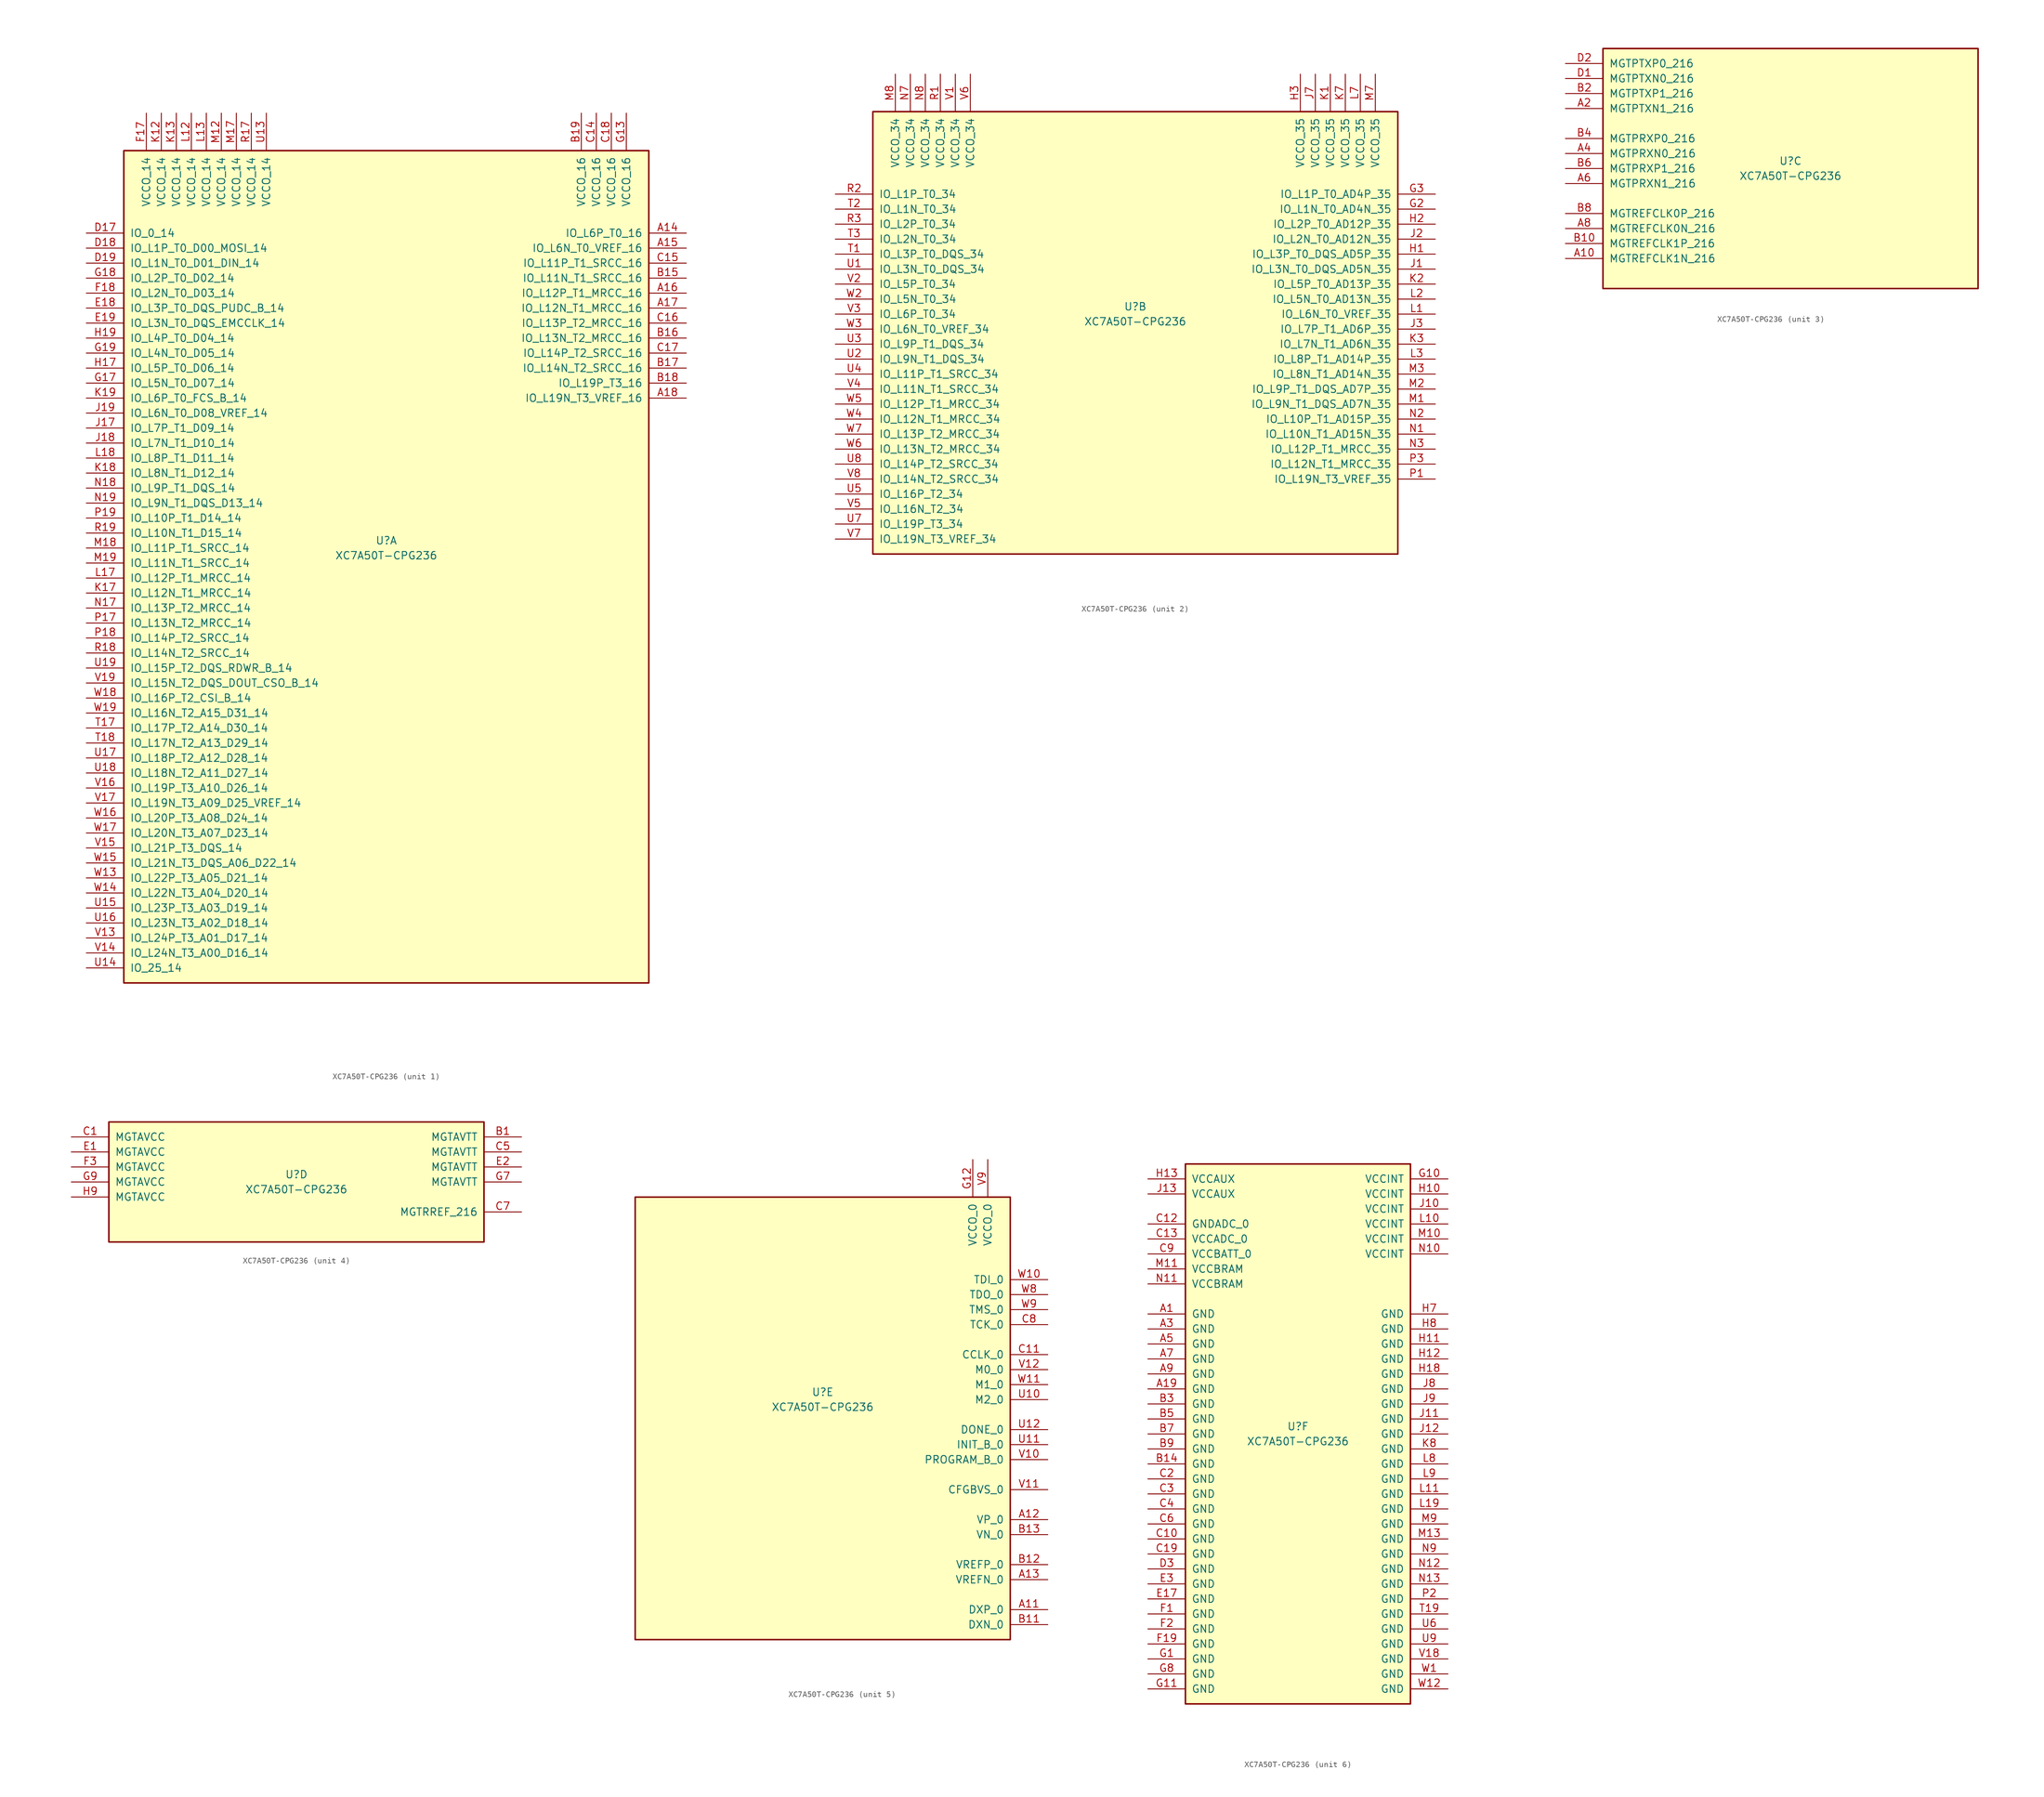
<source format=kicad_sym>
(kicad_symbol_lib
  (version 20231120)
  (generator "kicad_symbol_editor")
  (generator_version "8.0")
  (symbol "XC7A50T-CPG236"
    (pin_names
      (offset 1.016))
    (property "Reference" "U"
      (at 0 1.27 0)
      (effects (font (size 1.27 1.27))))
    (property "Value" "XC7A50T-CPG236"
      (at 0 -1.27 0)
      (effects (font (size 1.27 1.27))))
    (property "Datasheet" ""
      (at 0 0 0)
      (effects (font (size 1.27 1.27))))
    (property "ki_locked" ""
      (at 0 0 0)
      (effects (font (size 1.27 1.27))))
    (symbol "XC7A50T-CPG236_1_1"
      (rectangle (start -44.45 67.31) (end 44.45 -73.66) (stroke (width 0.254) (type default)) (fill (type background)))
      (pin bidirectional line (at 50.8 53.34 180) (length 6.35) (name "IO_L6P_T0_16" (effects (font (size 1.27 1.27)))) (number "A14" (effects (font (size 1.27 1.27)))))
      (pin bidirectional line (at 50.8 50.8 180) (length 6.35) (name "IO_L6N_T0_VREF_16" (effects (font (size 1.27 1.27)))) (number "A15" (effects (font (size 1.27 1.27)))))
      (pin bidirectional line (at 50.8 43.18 180) (length 6.35) (name "IO_L12P_T1_MRCC_16" (effects (font (size 1.27 1.27)))) (number "A16" (effects (font (size 1.27 1.27)))))
      (pin bidirectional line (at 50.8 40.64 180) (length 6.35) (name "IO_L12N_T1_MRCC_16" (effects (font (size 1.27 1.27)))) (number "A17" (effects (font (size 1.27 1.27)))))
      (pin bidirectional line (at 50.8 25.4 180) (length 6.35) (name "IO_L19N_T3_VREF_16" (effects (font (size 1.27 1.27)))) (number "A18" (effects (font (size 1.27 1.27)))))
      (pin bidirectional line (at 50.8 45.72 180) (length 6.35) (name "IO_L11N_T1_SRCC_16" (effects (font (size 1.27 1.27)))) (number "B15" (effects (font (size 1.27 1.27)))))
      (pin bidirectional line (at 50.8 35.56 180) (length 6.35) (name "IO_L13N_T2_MRCC_16" (effects (font (size 1.27 1.27)))) (number "B16" (effects (font (size 1.27 1.27)))))
      (pin bidirectional line (at 50.8 30.48 180) (length 6.35) (name "IO_L14N_T2_SRCC_16" (effects (font (size 1.27 1.27)))) (number "B17" (effects (font (size 1.27 1.27)))))
      (pin bidirectional line (at 50.8 27.94 180) (length 6.35) (name "IO_L19P_T3_16" (effects (font (size 1.27 1.27)))) (number "B18" (effects (font (size 1.27 1.27)))))
      (pin power_in line (at 33.02 73.66 270) (length 6.35) (name "VCCO_16" (effects (font (size 1.27 1.27)))) (number "B19" (effects (font (size 1.27 1.27)))))
      (pin power_in line (at 35.56 73.66 270) (length 6.35) (name "VCCO_16" (effects (font (size 1.27 1.27)))) (number "C14" (effects (font (size 1.27 1.27)))))
      (pin bidirectional line (at 50.8 48.26 180) (length 6.35) (name "IO_L11P_T1_SRCC_16" (effects (font (size 1.27 1.27)))) (number "C15" (effects (font (size 1.27 1.27)))))
      (pin bidirectional line (at 50.8 38.1 180) (length 6.35) (name "IO_L13P_T2_MRCC_16" (effects (font (size 1.27 1.27)))) (number "C16" (effects (font (size 1.27 1.27)))))
      (pin bidirectional line (at 50.8 33.02 180) (length 6.35) (name "IO_L14P_T2_SRCC_16" (effects (font (size 1.27 1.27)))) (number "C17" (effects (font (size 1.27 1.27)))))
      (pin power_in line (at 38.1 73.66 270) (length 6.35) (name "VCCO_16" (effects (font (size 1.27 1.27)))) (number "C18" (effects (font (size 1.27 1.27)))))
      (pin bidirectional line (at -50.8 53.34 0) (length 6.35) (name "IO_0_14" (effects (font (size 1.27 1.27)))) (number "D17" (effects (font (size 1.27 1.27)))))
      (pin bidirectional line (at -50.8 50.8 0) (length 6.35) (name "IO_L1P_T0_D00_MOSI_14" (effects (font (size 1.27 1.27)))) (number "D18" (effects (font (size 1.27 1.27)))))
      (pin bidirectional line (at -50.8 48.26 0) (length 6.35) (name "IO_L1N_T0_D01_DIN_14" (effects (font (size 1.27 1.27)))) (number "D19" (effects (font (size 1.27 1.27)))))
      (pin bidirectional line (at -50.8 40.64 0) (length 6.35) (name "IO_L3P_T0_DQS_PUDC_B_14" (effects (font (size 1.27 1.27)))) (number "E18" (effects (font (size 1.27 1.27)))))
      (pin bidirectional line (at -50.8 38.1 0) (length 6.35) (name "IO_L3N_T0_DQS_EMCCLK_14" (effects (font (size 1.27 1.27)))) (number "E19" (effects (font (size 1.27 1.27)))))
      (pin power_in line (at -40.64 73.66 270) (length 6.35) (name "VCCO_14" (effects (font (size 1.27 1.27)))) (number "F17" (effects (font (size 1.27 1.27)))))
      (pin bidirectional line (at -50.8 43.18 0) (length 6.35) (name "IO_L2N_T0_D03_14" (effects (font (size 1.27 1.27)))) (number "F18" (effects (font (size 1.27 1.27)))))
      (pin power_in line (at 40.64 73.66 270) (length 6.35) (name "VCCO_16" (effects (font (size 1.27 1.27)))) (number "G13" (effects (font (size 1.27 1.27)))))
      (pin bidirectional line (at -50.8 27.94 0) (length 6.35) (name "IO_L5N_T0_D07_14" (effects (font (size 1.27 1.27)))) (number "G17" (effects (font (size 1.27 1.27)))))
      (pin bidirectional line (at -50.8 45.72 0) (length 6.35) (name "IO_L2P_T0_D02_14" (effects (font (size 1.27 1.27)))) (number "G18" (effects (font (size 1.27 1.27)))))
      (pin bidirectional line (at -50.8 33.02 0) (length 6.35) (name "IO_L4N_T0_D05_14" (effects (font (size 1.27 1.27)))) (number "G19" (effects (font (size 1.27 1.27)))))
      (pin bidirectional line (at -50.8 30.48 0) (length 6.35) (name "IO_L5P_T0_D06_14" (effects (font (size 1.27 1.27)))) (number "H17" (effects (font (size 1.27 1.27)))))
      (pin bidirectional line (at -50.8 35.56 0) (length 6.35) (name "IO_L4P_T0_D04_14" (effects (font (size 1.27 1.27)))) (number "H19" (effects (font (size 1.27 1.27)))))
      (pin bidirectional line (at -50.8 20.32 0) (length 6.35) (name "IO_L7P_T1_D09_14" (effects (font (size 1.27 1.27)))) (number "J17" (effects (font (size 1.27 1.27)))))
      (pin bidirectional line (at -50.8 17.78 0) (length 6.35) (name "IO_L7N_T1_D10_14" (effects (font (size 1.27 1.27)))) (number "J18" (effects (font (size 1.27 1.27)))))
      (pin bidirectional line (at -50.8 22.86 0) (length 6.35) (name "IO_L6N_T0_D08_VREF_14" (effects (font (size 1.27 1.27)))) (number "J19" (effects (font (size 1.27 1.27)))))
      (pin power_in line (at -38.1 73.66 270) (length 6.35) (name "VCCO_14" (effects (font (size 1.27 1.27)))) (number "K12" (effects (font (size 1.27 1.27)))))
      (pin power_in line (at -35.56 73.66 270) (length 6.35) (name "VCCO_14" (effects (font (size 1.27 1.27)))) (number "K13" (effects (font (size 1.27 1.27)))))
      (pin bidirectional line (at -50.8 -7.62 0) (length 6.35) (name "IO_L12N_T1_MRCC_14" (effects (font (size 1.27 1.27)))) (number "K17" (effects (font (size 1.27 1.27)))))
      (pin bidirectional line (at -50.8 12.7 0) (length 6.35) (name "IO_L8N_T1_D12_14" (effects (font (size 1.27 1.27)))) (number "K18" (effects (font (size 1.27 1.27)))))
      (pin bidirectional line (at -50.8 25.4 0) (length 6.35) (name "IO_L6P_T0_FCS_B_14" (effects (font (size 1.27 1.27)))) (number "K19" (effects (font (size 1.27 1.27)))))
      (pin power_in line (at -33.02 73.66 270) (length 6.35) (name "VCCO_14" (effects (font (size 1.27 1.27)))) (number "L12" (effects (font (size 1.27 1.27)))))
      (pin power_in line (at -30.48 73.66 270) (length 6.35) (name "VCCO_14" (effects (font (size 1.27 1.27)))) (number "L13" (effects (font (size 1.27 1.27)))))
      (pin bidirectional line (at -50.8 -5.08 0) (length 6.35) (name "IO_L12P_T1_MRCC_14" (effects (font (size 1.27 1.27)))) (number "L17" (effects (font (size 1.27 1.27)))))
      (pin bidirectional line (at -50.8 15.24 0) (length 6.35) (name "IO_L8P_T1_D11_14" (effects (font (size 1.27 1.27)))) (number "L18" (effects (font (size 1.27 1.27)))))
      (pin power_in line (at -27.94 73.66 270) (length 6.35) (name "VCCO_14" (effects (font (size 1.27 1.27)))) (number "M12" (effects (font (size 1.27 1.27)))))
      (pin power_in line (at -25.4 73.66 270) (length 6.35) (name "VCCO_14" (effects (font (size 1.27 1.27)))) (number "M17" (effects (font (size 1.27 1.27)))))
      (pin bidirectional line (at -50.8 0 0) (length 6.35) (name "IO_L11P_T1_SRCC_14" (effects (font (size 1.27 1.27)))) (number "M18" (effects (font (size 1.27 1.27)))))
      (pin bidirectional line (at -50.8 -2.54 0) (length 6.35) (name "IO_L11N_T1_SRCC_14" (effects (font (size 1.27 1.27)))) (number "M19" (effects (font (size 1.27 1.27)))))
      (pin bidirectional line (at -50.8 -10.16 0) (length 6.35) (name "IO_L13P_T2_MRCC_14" (effects (font (size 1.27 1.27)))) (number "N17" (effects (font (size 1.27 1.27)))))
      (pin bidirectional line (at -50.8 10.16 0) (length 6.35) (name "IO_L9P_T1_DQS_14" (effects (font (size 1.27 1.27)))) (number "N18" (effects (font (size 1.27 1.27)))))
      (pin bidirectional line (at -50.8 7.62 0) (length 6.35) (name "IO_L9N_T1_DQS_D13_14" (effects (font (size 1.27 1.27)))) (number "N19" (effects (font (size 1.27 1.27)))))
      (pin bidirectional line (at -50.8 -12.7 0) (length 6.35) (name "IO_L13N_T2_MRCC_14" (effects (font (size 1.27 1.27)))) (number "P17" (effects (font (size 1.27 1.27)))))
      (pin bidirectional line (at -50.8 -15.24 0) (length 6.35) (name "IO_L14P_T2_SRCC_14" (effects (font (size 1.27 1.27)))) (number "P18" (effects (font (size 1.27 1.27)))))
      (pin bidirectional line (at -50.8 5.08 0) (length 6.35) (name "IO_L10P_T1_D14_14" (effects (font (size 1.27 1.27)))) (number "P19" (effects (font (size 1.27 1.27)))))
      (pin power_in line (at -22.86 73.66 270) (length 6.35) (name "VCCO_14" (effects (font (size 1.27 1.27)))) (number "R17" (effects (font (size 1.27 1.27)))))
      (pin bidirectional line (at -50.8 -17.78 0) (length 6.35) (name "IO_L14N_T2_SRCC_14" (effects (font (size 1.27 1.27)))) (number "R18" (effects (font (size 1.27 1.27)))))
      (pin bidirectional line (at -50.8 2.54 0) (length 6.35) (name "IO_L10N_T1_D15_14" (effects (font (size 1.27 1.27)))) (number "R19" (effects (font (size 1.27 1.27)))))
      (pin bidirectional line (at -50.8 -30.48 0) (length 6.35) (name "IO_L17P_T2_A14_D30_14" (effects (font (size 1.27 1.27)))) (number "T17" (effects (font (size 1.27 1.27)))))
      (pin bidirectional line (at -50.8 -33.02 0) (length 6.35) (name "IO_L17N_T2_A13_D29_14" (effects (font (size 1.27 1.27)))) (number "T18" (effects (font (size 1.27 1.27)))))
      (pin power_in line (at -20.32 73.66 270) (length 6.35) (name "VCCO_14" (effects (font (size 1.27 1.27)))) (number "U13" (effects (font (size 1.27 1.27)))))
      (pin bidirectional line (at -50.8 -71.12 0) (length 6.35) (name "IO_25_14" (effects (font (size 1.27 1.27)))) (number "U14" (effects (font (size 1.27 1.27)))))
      (pin bidirectional line (at -50.8 -60.96 0) (length 6.35) (name "IO_L23P_T3_A03_D19_14" (effects (font (size 1.27 1.27)))) (number "U15" (effects (font (size 1.27 1.27)))))
      (pin bidirectional line (at -50.8 -63.5 0) (length 6.35) (name "IO_L23N_T3_A02_D18_14" (effects (font (size 1.27 1.27)))) (number "U16" (effects (font (size 1.27 1.27)))))
      (pin bidirectional line (at -50.8 -35.56 0) (length 6.35) (name "IO_L18P_T2_A12_D28_14" (effects (font (size 1.27 1.27)))) (number "U17" (effects (font (size 1.27 1.27)))))
      (pin bidirectional line (at -50.8 -38.1 0) (length 6.35) (name "IO_L18N_T2_A11_D27_14" (effects (font (size 1.27 1.27)))) (number "U18" (effects (font (size 1.27 1.27)))))
      (pin bidirectional line (at -50.8 -20.32 0) (length 6.35) (name "IO_L15P_T2_DQS_RDWR_B_14" (effects (font (size 1.27 1.27)))) (number "U19" (effects (font (size 1.27 1.27)))))
      (pin bidirectional line (at -50.8 -66.04 0) (length 6.35) (name "IO_L24P_T3_A01_D17_14" (effects (font (size 1.27 1.27)))) (number "V13" (effects (font (size 1.27 1.27)))))
      (pin bidirectional line (at -50.8 -68.58 0) (length 6.35) (name "IO_L24N_T3_A00_D16_14" (effects (font (size 1.27 1.27)))) (number "V14" (effects (font (size 1.27 1.27)))))
      (pin bidirectional line (at -50.8 -50.8 0) (length 6.35) (name "IO_L21P_T3_DQS_14" (effects (font (size 1.27 1.27)))) (number "V15" (effects (font (size 1.27 1.27)))))
      (pin bidirectional line (at -50.8 -40.64 0) (length 6.35) (name "IO_L19P_T3_A10_D26_14" (effects (font (size 1.27 1.27)))) (number "V16" (effects (font (size 1.27 1.27)))))
      (pin bidirectional line (at -50.8 -43.18 0) (length 6.35) (name "IO_L19N_T3_A09_D25_VREF_14" (effects (font (size 1.27 1.27)))) (number "V17" (effects (font (size 1.27 1.27)))))
      (pin bidirectional line (at -50.8 -22.86 0) (length 6.35) (name "IO_L15N_T2_DQS_DOUT_CSO_B_14" (effects (font (size 1.27 1.27)))) (number "V19" (effects (font (size 1.27 1.27)))))
      (pin bidirectional line (at -50.8 -55.88 0) (length 6.35) (name "IO_L22P_T3_A05_D21_14" (effects (font (size 1.27 1.27)))) (number "W13" (effects (font (size 1.27 1.27)))))
      (pin bidirectional line (at -50.8 -58.42 0) (length 6.35) (name "IO_L22N_T3_A04_D20_14" (effects (font (size 1.27 1.27)))) (number "W14" (effects (font (size 1.27 1.27)))))
      (pin bidirectional line (at -50.8 -53.34 0) (length 6.35) (name "IO_L21N_T3_DQS_A06_D22_14" (effects (font (size 1.27 1.27)))) (number "W15" (effects (font (size 1.27 1.27)))))
      (pin bidirectional line (at -50.8 -45.72 0) (length 6.35) (name "IO_L20P_T3_A08_D24_14" (effects (font (size 1.27 1.27)))) (number "W16" (effects (font (size 1.27 1.27)))))
      (pin bidirectional line (at -50.8 -48.26 0) (length 6.35) (name "IO_L20N_T3_A07_D23_14" (effects (font (size 1.27 1.27)))) (number "W17" (effects (font (size 1.27 1.27)))))
      (pin bidirectional line (at -50.8 -25.4 0) (length 6.35) (name "IO_L16P_T2_CSI_B_14" (effects (font (size 1.27 1.27)))) (number "W18" (effects (font (size 1.27 1.27)))))
      (pin bidirectional line (at -50.8 -27.94 0) (length 6.35) (name "IO_L16N_T2_A15_D31_14" (effects (font (size 1.27 1.27)))) (number "W19" (effects (font (size 1.27 1.27))))))
    (symbol "XC7A50T-CPG236_2_1"
      (rectangle (start -44.45 34.29) (end 44.45 -40.64) (stroke (width 0.254) (type default)) (fill (type background)))
      (pin bidirectional line (at 50.8 17.78 180) (length 6.35) (name "IO_L1N_T0_AD4N_35" (effects (font (size 1.27 1.27)))) (number "G2" (effects (font (size 1.27 1.27)))))
      (pin bidirectional line (at 50.8 20.32 180) (length 6.35) (name "IO_L1P_T0_AD4P_35" (effects (font (size 1.27 1.27)))) (number "G3" (effects (font (size 1.27 1.27)))))
      (pin bidirectional line (at 50.8 10.16 180) (length 6.35) (name "IO_L3P_T0_DQS_AD5P_35" (effects (font (size 1.27 1.27)))) (number "H1" (effects (font (size 1.27 1.27)))))
      (pin bidirectional line (at 50.8 15.24 180) (length 6.35) (name "IO_L2P_T0_AD12P_35" (effects (font (size 1.27 1.27)))) (number "H2" (effects (font (size 1.27 1.27)))))
      (pin power_in line (at 27.94 40.64 270) (length 6.35) (name "VCCO_35" (effects (font (size 1.27 1.27)))) (number "H3" (effects (font (size 1.27 1.27)))))
      (pin bidirectional line (at 50.8 7.62 180) (length 6.35) (name "IO_L3N_T0_DQS_AD5N_35" (effects (font (size 1.27 1.27)))) (number "J1" (effects (font (size 1.27 1.27)))))
      (pin bidirectional line (at 50.8 12.7 180) (length 6.35) (name "IO_L2N_T0_AD12N_35" (effects (font (size 1.27 1.27)))) (number "J2" (effects (font (size 1.27 1.27)))))
      (pin bidirectional line (at 50.8 -2.54 180) (length 6.35) (name "IO_L7P_T1_AD6P_35" (effects (font (size 1.27 1.27)))) (number "J3" (effects (font (size 1.27 1.27)))))
      (pin power_in line (at 30.48 40.64 270) (length 6.35) (name "VCCO_35" (effects (font (size 1.27 1.27)))) (number "J7" (effects (font (size 1.27 1.27)))))
      (pin power_in line (at 33.02 40.64 270) (length 6.35) (name "VCCO_35" (effects (font (size 1.27 1.27)))) (number "K1" (effects (font (size 1.27 1.27)))))
      (pin bidirectional line (at 50.8 5.08 180) (length 6.35) (name "IO_L5P_T0_AD13P_35" (effects (font (size 1.27 1.27)))) (number "K2" (effects (font (size 1.27 1.27)))))
      (pin bidirectional line (at 50.8 -5.08 180) (length 6.35) (name "IO_L7N_T1_AD6N_35" (effects (font (size 1.27 1.27)))) (number "K3" (effects (font (size 1.27 1.27)))))
      (pin power_in line (at 35.56 40.64 270) (length 6.35) (name "VCCO_35" (effects (font (size 1.27 1.27)))) (number "K7" (effects (font (size 1.27 1.27)))))
      (pin bidirectional line (at 50.8 0 180) (length 6.35) (name "IO_L6N_T0_VREF_35" (effects (font (size 1.27 1.27)))) (number "L1" (effects (font (size 1.27 1.27)))))
      (pin bidirectional line (at 50.8 2.54 180) (length 6.35) (name "IO_L5N_T0_AD13N_35" (effects (font (size 1.27 1.27)))) (number "L2" (effects (font (size 1.27 1.27)))))
      (pin bidirectional line (at 50.8 -7.62 180) (length 6.35) (name "IO_L8P_T1_AD14P_35" (effects (font (size 1.27 1.27)))) (number "L3" (effects (font (size 1.27 1.27)))))
      (pin power_in line (at 38.1 40.64 270) (length 6.35) (name "VCCO_35" (effects (font (size 1.27 1.27)))) (number "L7" (effects (font (size 1.27 1.27)))))
      (pin bidirectional line (at 50.8 -15.24 180) (length 6.35) (name "IO_L9N_T1_DQS_AD7N_35" (effects (font (size 1.27 1.27)))) (number "M1" (effects (font (size 1.27 1.27)))))
      (pin bidirectional line (at 50.8 -12.7 180) (length 6.35) (name "IO_L9P_T1_DQS_AD7P_35" (effects (font (size 1.27 1.27)))) (number "M2" (effects (font (size 1.27 1.27)))))
      (pin bidirectional line (at 50.8 -10.16 180) (length 6.35) (name "IO_L8N_T1_AD14N_35" (effects (font (size 1.27 1.27)))) (number "M3" (effects (font (size 1.27 1.27)))))
      (pin power_in line (at 40.64 40.64 270) (length 6.35) (name "VCCO_35" (effects (font (size 1.27 1.27)))) (number "M7" (effects (font (size 1.27 1.27)))))
      (pin power_in line (at -40.64 40.64 270) (length 6.35) (name "VCCO_34" (effects (font (size 1.27 1.27)))) (number "M8" (effects (font (size 1.27 1.27)))))
      (pin bidirectional line (at 50.8 -20.32 180) (length 6.35) (name "IO_L10N_T1_AD15N_35" (effects (font (size 1.27 1.27)))) (number "N1" (effects (font (size 1.27 1.27)))))
      (pin bidirectional line (at 50.8 -17.78 180) (length 6.35) (name "IO_L10P_T1_AD15P_35" (effects (font (size 1.27 1.27)))) (number "N2" (effects (font (size 1.27 1.27)))))
      (pin bidirectional line (at 50.8 -22.86 180) (length 6.35) (name "IO_L12P_T1_MRCC_35" (effects (font (size 1.27 1.27)))) (number "N3" (effects (font (size 1.27 1.27)))))
      (pin power_in line (at -38.1 40.64 270) (length 6.35) (name "VCCO_34" (effects (font (size 1.27 1.27)))) (number "N7" (effects (font (size 1.27 1.27)))))
      (pin power_in line (at -35.56 40.64 270) (length 6.35) (name "VCCO_34" (effects (font (size 1.27 1.27)))) (number "N8" (effects (font (size 1.27 1.27)))))
      (pin bidirectional line (at 50.8 -27.94 180) (length 6.35) (name "IO_L19N_T3_VREF_35" (effects (font (size 1.27 1.27)))) (number "P1" (effects (font (size 1.27 1.27)))))
      (pin bidirectional line (at 50.8 -25.4 180) (length 6.35) (name "IO_L12N_T1_MRCC_35" (effects (font (size 1.27 1.27)))) (number "P3" (effects (font (size 1.27 1.27)))))
      (pin power_in line (at -33.02 40.64 270) (length 6.35) (name "VCCO_34" (effects (font (size 1.27 1.27)))) (number "R1" (effects (font (size 1.27 1.27)))))
      (pin bidirectional line (at -50.8 20.32 0) (length 6.35) (name "IO_L1P_T0_34" (effects (font (size 1.27 1.27)))) (number "R2" (effects (font (size 1.27 1.27)))))
      (pin bidirectional line (at -50.8 15.24 0) (length 6.35) (name "IO_L2P_T0_34" (effects (font (size 1.27 1.27)))) (number "R3" (effects (font (size 1.27 1.27)))))
      (pin bidirectional line (at -50.8 10.16 0) (length 6.35) (name "IO_L3P_T0_DQS_34" (effects (font (size 1.27 1.27)))) (number "T1" (effects (font (size 1.27 1.27)))))
      (pin bidirectional line (at -50.8 17.78 0) (length 6.35) (name "IO_L1N_T0_34" (effects (font (size 1.27 1.27)))) (number "T2" (effects (font (size 1.27 1.27)))))
      (pin bidirectional line (at -50.8 12.7 0) (length 6.35) (name "IO_L2N_T0_34" (effects (font (size 1.27 1.27)))) (number "T3" (effects (font (size 1.27 1.27)))))
      (pin bidirectional line (at -50.8 7.62 0) (length 6.35) (name "IO_L3N_T0_DQS_34" (effects (font (size 1.27 1.27)))) (number "U1" (effects (font (size 1.27 1.27)))))
      (pin bidirectional line (at -50.8 -7.62 0) (length 6.35) (name "IO_L9N_T1_DQS_34" (effects (font (size 1.27 1.27)))) (number "U2" (effects (font (size 1.27 1.27)))))
      (pin bidirectional line (at -50.8 -5.08 0) (length 6.35) (name "IO_L9P_T1_DQS_34" (effects (font (size 1.27 1.27)))) (number "U3" (effects (font (size 1.27 1.27)))))
      (pin bidirectional line (at -50.8 -10.16 0) (length 6.35) (name "IO_L11P_T1_SRCC_34" (effects (font (size 1.27 1.27)))) (number "U4" (effects (font (size 1.27 1.27)))))
      (pin bidirectional line (at -50.8 -30.48 0) (length 6.35) (name "IO_L16P_T2_34" (effects (font (size 1.27 1.27)))) (number "U5" (effects (font (size 1.27 1.27)))))
      (pin bidirectional line (at -50.8 -35.56 0) (length 6.35) (name "IO_L19P_T3_34" (effects (font (size 1.27 1.27)))) (number "U7" (effects (font (size 1.27 1.27)))))
      (pin bidirectional line (at -50.8 -25.4 0) (length 6.35) (name "IO_L14P_T2_SRCC_34" (effects (font (size 1.27 1.27)))) (number "U8" (effects (font (size 1.27 1.27)))))
      (pin power_in line (at -30.48 40.64 270) (length 6.35) (name "VCCO_34" (effects (font (size 1.27 1.27)))) (number "V1" (effects (font (size 1.27 1.27)))))
      (pin bidirectional line (at -50.8 5.08 0) (length 6.35) (name "IO_L5P_T0_34" (effects (font (size 1.27 1.27)))) (number "V2" (effects (font (size 1.27 1.27)))))
      (pin bidirectional line (at -50.8 0 0) (length 6.35) (name "IO_L6P_T0_34" (effects (font (size 1.27 1.27)))) (number "V3" (effects (font (size 1.27 1.27)))))
      (pin bidirectional line (at -50.8 -12.7 0) (length 6.35) (name "IO_L11N_T1_SRCC_34" (effects (font (size 1.27 1.27)))) (number "V4" (effects (font (size 1.27 1.27)))))
      (pin bidirectional line (at -50.8 -33.02 0) (length 6.35) (name "IO_L16N_T2_34" (effects (font (size 1.27 1.27)))) (number "V5" (effects (font (size 1.27 1.27)))))
      (pin power_in line (at -27.94 40.64 270) (length 6.35) (name "VCCO_34" (effects (font (size 1.27 1.27)))) (number "V6" (effects (font (size 1.27 1.27)))))
      (pin bidirectional line (at -50.8 -38.1 0) (length 6.35) (name "IO_L19N_T3_VREF_34" (effects (font (size 1.27 1.27)))) (number "V7" (effects (font (size 1.27 1.27)))))
      (pin bidirectional line (at -50.8 -27.94 0) (length 6.35) (name "IO_L14N_T2_SRCC_34" (effects (font (size 1.27 1.27)))) (number "V8" (effects (font (size 1.27 1.27)))))
      (pin bidirectional line (at -50.8 2.54 0) (length 6.35) (name "IO_L5N_T0_34" (effects (font (size 1.27 1.27)))) (number "W2" (effects (font (size 1.27 1.27)))))
      (pin bidirectional line (at -50.8 -2.54 0) (length 6.35) (name "IO_L6N_T0_VREF_34" (effects (font (size 1.27 1.27)))) (number "W3" (effects (font (size 1.27 1.27)))))
      (pin bidirectional line (at -50.8 -17.78 0) (length 6.35) (name "IO_L12N_T1_MRCC_34" (effects (font (size 1.27 1.27)))) (number "W4" (effects (font (size 1.27 1.27)))))
      (pin bidirectional line (at -50.8 -15.24 0) (length 6.35) (name "IO_L12P_T1_MRCC_34" (effects (font (size 1.27 1.27)))) (number "W5" (effects (font (size 1.27 1.27)))))
      (pin bidirectional line (at -50.8 -22.86 0) (length 6.35) (name "IO_L13N_T2_MRCC_34" (effects (font (size 1.27 1.27)))) (number "W6" (effects (font (size 1.27 1.27)))))
      (pin bidirectional line (at -50.8 -20.32 0) (length 6.35) (name "IO_L13P_T2_MRCC_34" (effects (font (size 1.27 1.27)))) (number "W7" (effects (font (size 1.27 1.27))))))
    (symbol "XC7A50T-CPG236_3_1"
      (rectangle (start -31.75 20.32) (end 31.75 -20.32) (stroke (width 0.254) (type default)) (fill (type background)))
      (pin bidirectional line (at -38.1 -15.24 0) (length 6.35) (name "MGTREFCLK1N_216" (effects (font (size 1.27 1.27)))) (number "A10" (effects (font (size 1.27 1.27)))))
      (pin bidirectional line (at -38.1 10.16 0) (length 6.35) (name "MGTPTXN1_216" (effects (font (size 1.27 1.27)))) (number "A2" (effects (font (size 1.27 1.27)))))
      (pin bidirectional line (at -38.1 2.54 0) (length 6.35) (name "MGTPRXN0_216" (effects (font (size 1.27 1.27)))) (number "A4" (effects (font (size 1.27 1.27)))))
      (pin bidirectional line (at -38.1 -2.54 0) (length 6.35) (name "MGTPRXN1_216" (effects (font (size 1.27 1.27)))) (number "A6" (effects (font (size 1.27 1.27)))))
      (pin bidirectional line (at -38.1 -10.16 0) (length 6.35) (name "MGTREFCLK0N_216" (effects (font (size 1.27 1.27)))) (number "A8" (effects (font (size 1.27 1.27)))))
      (pin bidirectional line (at -38.1 -12.7 0) (length 6.35) (name "MGTREFCLK1P_216" (effects (font (size 1.27 1.27)))) (number "B10" (effects (font (size 1.27 1.27)))))
      (pin bidirectional line (at -38.1 12.7 0) (length 6.35) (name "MGTPTXP1_216" (effects (font (size 1.27 1.27)))) (number "B2" (effects (font (size 1.27 1.27)))))
      (pin bidirectional line (at -38.1 5.08 0) (length 6.35) (name "MGTPRXP0_216" (effects (font (size 1.27 1.27)))) (number "B4" (effects (font (size 1.27 1.27)))))
      (pin bidirectional line (at -38.1 0 0) (length 6.35) (name "MGTPRXP1_216" (effects (font (size 1.27 1.27)))) (number "B6" (effects (font (size 1.27 1.27)))))
      (pin bidirectional line (at -38.1 -7.62 0) (length 6.35) (name "MGTREFCLK0P_216" (effects (font (size 1.27 1.27)))) (number "B8" (effects (font (size 1.27 1.27)))))
      (pin bidirectional line (at -38.1 15.24 0) (length 6.35) (name "MGTPTXN0_216" (effects (font (size 1.27 1.27)))) (number "D1" (effects (font (size 1.27 1.27)))))
      (pin bidirectional line (at -38.1 17.78 0) (length 6.35) (name "MGTPTXP0_216" (effects (font (size 1.27 1.27)))) (number "D2" (effects (font (size 1.27 1.27))))))
    (symbol "XC7A50T-CPG236_4_1"
      (rectangle (start -31.75 10.16) (end 31.75 -10.16) (stroke (width 0.254) (type default)) (fill (type background)))
      (pin power_in line (at 38.1 7.62 180) (length 6.35) (name "MGTAVTT" (effects (font (size 1.27 1.27)))) (number "B1" (effects (font (size 1.27 1.27)))))
      (pin power_in line (at -38.1 7.62 0) (length 6.35) (name "MGTAVCC" (effects (font (size 1.27 1.27)))) (number "C1" (effects (font (size 1.27 1.27)))))
      (pin power_in line (at 38.1 5.08 180) (length 6.35) (name "MGTAVTT" (effects (font (size 1.27 1.27)))) (number "C5" (effects (font (size 1.27 1.27)))))
      (pin power_in line (at 38.1 -5.08 180) (length 6.35) (name "MGTRREF_216" (effects (font (size 1.27 1.27)))) (number "C7" (effects (font (size 1.27 1.27)))))
      (pin power_in line (at -38.1 5.08 0) (length 6.35) (name "MGTAVCC" (effects (font (size 1.27 1.27)))) (number "E1" (effects (font (size 1.27 1.27)))))
      (pin power_in line (at 38.1 2.54 180) (length 6.35) (name "MGTAVTT" (effects (font (size 1.27 1.27)))) (number "E2" (effects (font (size 1.27 1.27)))))
      (pin power_in line (at -38.1 2.54 0) (length 6.35) (name "MGTAVCC" (effects (font (size 1.27 1.27)))) (number "F3" (effects (font (size 1.27 1.27)))))
      (pin power_in line (at 38.1 0 180) (length 6.35) (name "MGTAVTT" (effects (font (size 1.27 1.27)))) (number "G7" (effects (font (size 1.27 1.27)))))
      (pin power_in line (at -38.1 0 0) (length 6.35) (name "MGTAVCC" (effects (font (size 1.27 1.27)))) (number "G9" (effects (font (size 1.27 1.27)))))
      (pin power_in line (at -38.1 -2.54 0) (length 6.35) (name "MGTAVCC" (effects (font (size 1.27 1.27)))) (number "H9" (effects (font (size 1.27 1.27))))))
    (symbol "XC7A50T-CPG236_5_1"
      (rectangle (start -31.75 34.29) (end 31.75 -40.64) (stroke (width 0.254) (type default)) (fill (type background)))
      (pin bidirectional line (at 38.1 -35.56 180) (length 6.35) (name "DXP_0" (effects (font (size 1.27 1.27)))) (number "A11" (effects (font (size 1.27 1.27)))))
      (pin bidirectional line (at 38.1 -20.32 180) (length 6.35) (name "VP_0" (effects (font (size 1.27 1.27)))) (number "A12" (effects (font (size 1.27 1.27)))))
      (pin bidirectional line (at 38.1 -30.48 180) (length 6.35) (name "VREFN_0" (effects (font (size 1.27 1.27)))) (number "A13" (effects (font (size 1.27 1.27)))))
      (pin bidirectional line (at 38.1 -38.1 180) (length 6.35) (name "DXN_0" (effects (font (size 1.27 1.27)))) (number "B11" (effects (font (size 1.27 1.27)))))
      (pin bidirectional line (at 38.1 -27.94 180) (length 6.35) (name "VREFP_0" (effects (font (size 1.27 1.27)))) (number "B12" (effects (font (size 1.27 1.27)))))
      (pin bidirectional line (at 38.1 -22.86 180) (length 6.35) (name "VN_0" (effects (font (size 1.27 1.27)))) (number "B13" (effects (font (size 1.27 1.27)))))
      (pin bidirectional line (at 38.1 7.62 180) (length 6.35) (name "CCLK_0" (effects (font (size 1.27 1.27)))) (number "C11" (effects (font (size 1.27 1.27)))))
      (pin bidirectional line (at 38.1 12.7 180) (length 6.35) (name "TCK_0" (effects (font (size 1.27 1.27)))) (number "C8" (effects (font (size 1.27 1.27)))))
      (pin power_in line (at 25.4 40.64 270) (length 6.35) (name "VCCO_0" (effects (font (size 1.27 1.27)))) (number "G12" (effects (font (size 1.27 1.27)))))
      (pin bidirectional line (at 38.1 0 180) (length 6.35) (name "M2_0" (effects (font (size 1.27 1.27)))) (number "U10" (effects (font (size 1.27 1.27)))))
      (pin bidirectional line (at 38.1 -7.62 180) (length 6.35) (name "INIT_B_0" (effects (font (size 1.27 1.27)))) (number "U11" (effects (font (size 1.27 1.27)))))
      (pin bidirectional line (at 38.1 -5.08 180) (length 6.35) (name "DONE_0" (effects (font (size 1.27 1.27)))) (number "U12" (effects (font (size 1.27 1.27)))))
      (pin bidirectional line (at 38.1 -10.16 180) (length 6.35) (name "PROGRAM_B_0" (effects (font (size 1.27 1.27)))) (number "V10" (effects (font (size 1.27 1.27)))))
      (pin bidirectional line (at 38.1 -15.24 180) (length 6.35) (name "CFGBVS_0" (effects (font (size 1.27 1.27)))) (number "V11" (effects (font (size 1.27 1.27)))))
      (pin bidirectional line (at 38.1 5.08 180) (length 6.35) (name "M0_0" (effects (font (size 1.27 1.27)))) (number "V12" (effects (font (size 1.27 1.27)))))
      (pin power_in line (at 27.94 40.64 270) (length 6.35) (name "VCCO_0" (effects (font (size 1.27 1.27)))) (number "V9" (effects (font (size 1.27 1.27)))))
      (pin bidirectional line (at 38.1 20.32 180) (length 6.35) (name "TDI_0" (effects (font (size 1.27 1.27)))) (number "W10" (effects (font (size 1.27 1.27)))))
      (pin bidirectional line (at 38.1 2.54 180) (length 6.35) (name "M1_0" (effects (font (size 1.27 1.27)))) (number "W11" (effects (font (size 1.27 1.27)))))
      (pin bidirectional line (at 38.1 17.78 180) (length 6.35) (name "TDO_0" (effects (font (size 1.27 1.27)))) (number "W8" (effects (font (size 1.27 1.27)))))
      (pin bidirectional line (at 38.1 15.24 180) (length 6.35) (name "TMS_0" (effects (font (size 1.27 1.27)))) (number "W9" (effects (font (size 1.27 1.27))))))
    (symbol "XC7A50T-CPG236_6_1"
      (rectangle (start -19.05 45.72) (end 19.05 -45.72) (stroke (width 0.254) (type default)) (fill (type background)))
      (pin power_in line (at -25.4 20.32 0) (length 6.35) (name "GND" (effects (font (size 1.27 1.27)))) (number "A1" (effects (font (size 1.27 1.27)))))
      (pin power_in line (at -25.4 7.62 0) (length 6.35) (name "GND" (effects (font (size 1.27 1.27)))) (number "A19" (effects (font (size 1.27 1.27)))))
      (pin power_in line (at -25.4 17.78 0) (length 6.35) (name "GND" (effects (font (size 1.27 1.27)))) (number "A3" (effects (font (size 1.27 1.27)))))
      (pin power_in line (at -25.4 15.24 0) (length 6.35) (name "GND" (effects (font (size 1.27 1.27)))) (number "A5" (effects (font (size 1.27 1.27)))))
      (pin power_in line (at -25.4 12.7 0) (length 6.35) (name "GND" (effects (font (size 1.27 1.27)))) (number "A7" (effects (font (size 1.27 1.27)))))
      (pin power_in line (at -25.4 10.16 0) (length 6.35) (name "GND" (effects (font (size 1.27 1.27)))) (number "A9" (effects (font (size 1.27 1.27)))))
      (pin power_in line (at -25.4 -5.08 0) (length 6.35) (name "GND" (effects (font (size 1.27 1.27)))) (number "B14" (effects (font (size 1.27 1.27)))))
      (pin power_in line (at -25.4 5.08 0) (length 6.35) (name "GND" (effects (font (size 1.27 1.27)))) (number "B3" (effects (font (size 1.27 1.27)))))
      (pin power_in line (at -25.4 2.54 0) (length 6.35) (name "GND" (effects (font (size 1.27 1.27)))) (number "B5" (effects (font (size 1.27 1.27)))))
      (pin power_in line (at -25.4 0 0) (length 6.35) (name "GND" (effects (font (size 1.27 1.27)))) (number "B7" (effects (font (size 1.27 1.27)))))
      (pin power_in line (at -25.4 -2.54 0) (length 6.35) (name "GND" (effects (font (size 1.27 1.27)))) (number "B9" (effects (font (size 1.27 1.27)))))
      (pin power_in line (at -25.4 -17.78 0) (length 6.35) (name "GND" (effects (font (size 1.27 1.27)))) (number "C10" (effects (font (size 1.27 1.27)))))
      (pin power_in line (at -25.4 35.56 0) (length 6.35) (name "GNDADC_0" (effects (font (size 1.27 1.27)))) (number "C12" (effects (font (size 1.27 1.27)))))
      (pin power_in line (at -25.4 33.02 0) (length 6.35) (name "VCCADC_0" (effects (font (size 1.27 1.27)))) (number "C13" (effects (font (size 1.27 1.27)))))
      (pin power_in line (at -25.4 -20.32 0) (length 6.35) (name "GND" (effects (font (size 1.27 1.27)))) (number "C19" (effects (font (size 1.27 1.27)))))
      (pin power_in line (at -25.4 -7.62 0) (length 6.35) (name "GND" (effects (font (size 1.27 1.27)))) (number "C2" (effects (font (size 1.27 1.27)))))
      (pin power_in line (at -25.4 -10.16 0) (length 6.35) (name "GND" (effects (font (size 1.27 1.27)))) (number "C3" (effects (font (size 1.27 1.27)))))
      (pin power_in line (at -25.4 -12.7 0) (length 6.35) (name "GND" (effects (font (size 1.27 1.27)))) (number "C4" (effects (font (size 1.27 1.27)))))
      (pin power_in line (at -25.4 -15.24 0) (length 6.35) (name "GND" (effects (font (size 1.27 1.27)))) (number "C6" (effects (font (size 1.27 1.27)))))
      (pin power_in line (at -25.4 30.48 0) (length 6.35) (name "VCCBATT_0" (effects (font (size 1.27 1.27)))) (number "C9" (effects (font (size 1.27 1.27)))))
      (pin power_in line (at -25.4 -22.86 0) (length 6.35) (name "GND" (effects (font (size 1.27 1.27)))) (number "D3" (effects (font (size 1.27 1.27)))))
      (pin power_in line (at -25.4 -27.94 0) (length 6.35) (name "GND" (effects (font (size 1.27 1.27)))) (number "E17" (effects (font (size 1.27 1.27)))))
      (pin power_in line (at -25.4 -25.4 0) (length 6.35) (name "GND" (effects (font (size 1.27 1.27)))) (number "E3" (effects (font (size 1.27 1.27)))))
      (pin power_in line (at -25.4 -30.48 0) (length 6.35) (name "GND" (effects (font (size 1.27 1.27)))) (number "F1" (effects (font (size 1.27 1.27)))))
      (pin power_in line (at -25.4 -35.56 0) (length 6.35) (name "GND" (effects (font (size 1.27 1.27)))) (number "F19" (effects (font (size 1.27 1.27)))))
      (pin power_in line (at -25.4 -33.02 0) (length 6.35) (name "GND" (effects (font (size 1.27 1.27)))) (number "F2" (effects (font (size 1.27 1.27)))))
      (pin power_in line (at -25.4 -38.1 0) (length 6.35) (name "GND" (effects (font (size 1.27 1.27)))) (number "G1" (effects (font (size 1.27 1.27)))))
      (pin power_in line (at 25.4 43.18 180) (length 6.35) (name "VCCINT" (effects (font (size 1.27 1.27)))) (number "G10" (effects (font (size 1.27 1.27)))))
      (pin power_in line (at -25.4 -43.18 0) (length 6.35) (name "GND" (effects (font (size 1.27 1.27)))) (number "G11" (effects (font (size 1.27 1.27)))))
      (pin power_in line (at -25.4 -40.64 0) (length 6.35) (name "GND" (effects (font (size 1.27 1.27)))) (number "G8" (effects (font (size 1.27 1.27)))))
      (pin power_in line (at 25.4 40.64 180) (length 6.35) (name "VCCINT" (effects (font (size 1.27 1.27)))) (number "H10" (effects (font (size 1.27 1.27)))))
      (pin power_in line (at 25.4 15.24 180) (length 6.35) (name "GND" (effects (font (size 1.27 1.27)))) (number "H11" (effects (font (size 1.27 1.27)))))
      (pin power_in line (at 25.4 12.7 180) (length 6.35) (name "GND" (effects (font (size 1.27 1.27)))) (number "H12" (effects (font (size 1.27 1.27)))))
      (pin power_in line (at -25.4 43.18 0) (length 6.35) (name "VCCAUX" (effects (font (size 1.27 1.27)))) (number "H13" (effects (font (size 1.27 1.27)))))
      (pin power_in line (at 25.4 10.16 180) (length 6.35) (name "GND" (effects (font (size 1.27 1.27)))) (number "H18" (effects (font (size 1.27 1.27)))))
      (pin power_in line (at 25.4 20.32 180) (length 6.35) (name "GND" (effects (font (size 1.27 1.27)))) (number "H7" (effects (font (size 1.27 1.27)))))
      (pin power_in line (at 25.4 17.78 180) (length 6.35) (name "GND" (effects (font (size 1.27 1.27)))) (number "H8" (effects (font (size 1.27 1.27)))))
      (pin power_in line (at 25.4 38.1 180) (length 6.35) (name "VCCINT" (effects (font (size 1.27 1.27)))) (number "J10" (effects (font (size 1.27 1.27)))))
      (pin power_in line (at 25.4 2.54 180) (length 6.35) (name "GND" (effects (font (size 1.27 1.27)))) (number "J11" (effects (font (size 1.27 1.27)))))
      (pin power_in line (at 25.4 0 180) (length 6.35) (name "GND" (effects (font (size 1.27 1.27)))) (number "J12" (effects (font (size 1.27 1.27)))))
      (pin power_in line (at -25.4 40.64 0) (length 6.35) (name "VCCAUX" (effects (font (size 1.27 1.27)))) (number "J13" (effects (font (size 1.27 1.27)))))
      (pin power_in line (at 25.4 7.62 180) (length 6.35) (name "GND" (effects (font (size 1.27 1.27)))) (number "J8" (effects (font (size 1.27 1.27)))))
      (pin power_in line (at 25.4 5.08 180) (length 6.35) (name "GND" (effects (font (size 1.27 1.27)))) (number "J9" (effects (font (size 1.27 1.27)))))
      (pin power_in line (at 25.4 -2.54 180) (length 6.35) (name "GND" (effects (font (size 1.27 1.27)))) (number "K8" (effects (font (size 1.27 1.27)))))
      (pin power_in line (at 25.4 35.56 180) (length 6.35) (name "VCCINT" (effects (font (size 1.27 1.27)))) (number "L10" (effects (font (size 1.27 1.27)))))
      (pin power_in line (at 25.4 -10.16 180) (length 6.35) (name "GND" (effects (font (size 1.27 1.27)))) (number "L11" (effects (font (size 1.27 1.27)))))
      (pin power_in line (at 25.4 -12.7 180) (length 6.35) (name "GND" (effects (font (size 1.27 1.27)))) (number "L19" (effects (font (size 1.27 1.27)))))
      (pin power_in line (at 25.4 -5.08 180) (length 6.35) (name "GND" (effects (font (size 1.27 1.27)))) (number "L8" (effects (font (size 1.27 1.27)))))
      (pin power_in line (at 25.4 -7.62 180) (length 6.35) (name "GND" (effects (font (size 1.27 1.27)))) (number "L9" (effects (font (size 1.27 1.27)))))
      (pin power_in line (at 25.4 33.02 180) (length 6.35) (name "VCCINT" (effects (font (size 1.27 1.27)))) (number "M10" (effects (font (size 1.27 1.27)))))
      (pin power_in line (at -25.4 27.94 0) (length 6.35) (name "VCCBRAM" (effects (font (size 1.27 1.27)))) (number "M11" (effects (font (size 1.27 1.27)))))
      (pin power_in line (at 25.4 -17.78 180) (length 6.35) (name "GND" (effects (font (size 1.27 1.27)))) (number "M13" (effects (font (size 1.27 1.27)))))
      (pin power_in line (at 25.4 -15.24 180) (length 6.35) (name "GND" (effects (font (size 1.27 1.27)))) (number "M9" (effects (font (size 1.27 1.27)))))
      (pin power_in line (at 25.4 30.48 180) (length 6.35) (name "VCCINT" (effects (font (size 1.27 1.27)))) (number "N10" (effects (font (size 1.27 1.27)))))
      (pin power_in line (at -25.4 25.4 0) (length 6.35) (name "VCCBRAM" (effects (font (size 1.27 1.27)))) (number "N11" (effects (font (size 1.27 1.27)))))
      (pin power_in line (at 25.4 -22.86 180) (length 6.35) (name "GND" (effects (font (size 1.27 1.27)))) (number "N12" (effects (font (size 1.27 1.27)))))
      (pin power_in line (at 25.4 -25.4 180) (length 6.35) (name "GND" (effects (font (size 1.27 1.27)))) (number "N13" (effects (font (size 1.27 1.27)))))
      (pin power_in line (at 25.4 -20.32 180) (length 6.35) (name "GND" (effects (font (size 1.27 1.27)))) (number "N9" (effects (font (size 1.27 1.27)))))
      (pin power_in line (at 25.4 -27.94 180) (length 6.35) (name "GND" (effects (font (size 1.27 1.27)))) (number "P2" (effects (font (size 1.27 1.27)))))
      (pin power_in line (at 25.4 -30.48 180) (length 6.35) (name "GND" (effects (font (size 1.27 1.27)))) (number "T19" (effects (font (size 1.27 1.27)))))
      (pin power_in line (at 25.4 -33.02 180) (length 6.35) (name "GND" (effects (font (size 1.27 1.27)))) (number "U6" (effects (font (size 1.27 1.27)))))
      (pin power_in line (at 25.4 -35.56 180) (length 6.35) (name "GND" (effects (font (size 1.27 1.27)))) (number "U9" (effects (font (size 1.27 1.27)))))
      (pin power_in line (at 25.4 -38.1 180) (length 6.35) (name "GND" (effects (font (size 1.27 1.27)))) (number "V18" (effects (font (size 1.27 1.27)))))
      (pin power_in line (at 25.4 -40.64 180) (length 6.35) (name "GND" (effects (font (size 1.27 1.27)))) (number "W1" (effects (font (size 1.27 1.27)))))
      (pin power_in line (at 25.4 -43.18 180) (length 6.35) (name "GND" (effects (font (size 1.27 1.27)))) (number "W12" (effects (font (size 1.27 1.27))))))))
</source>
